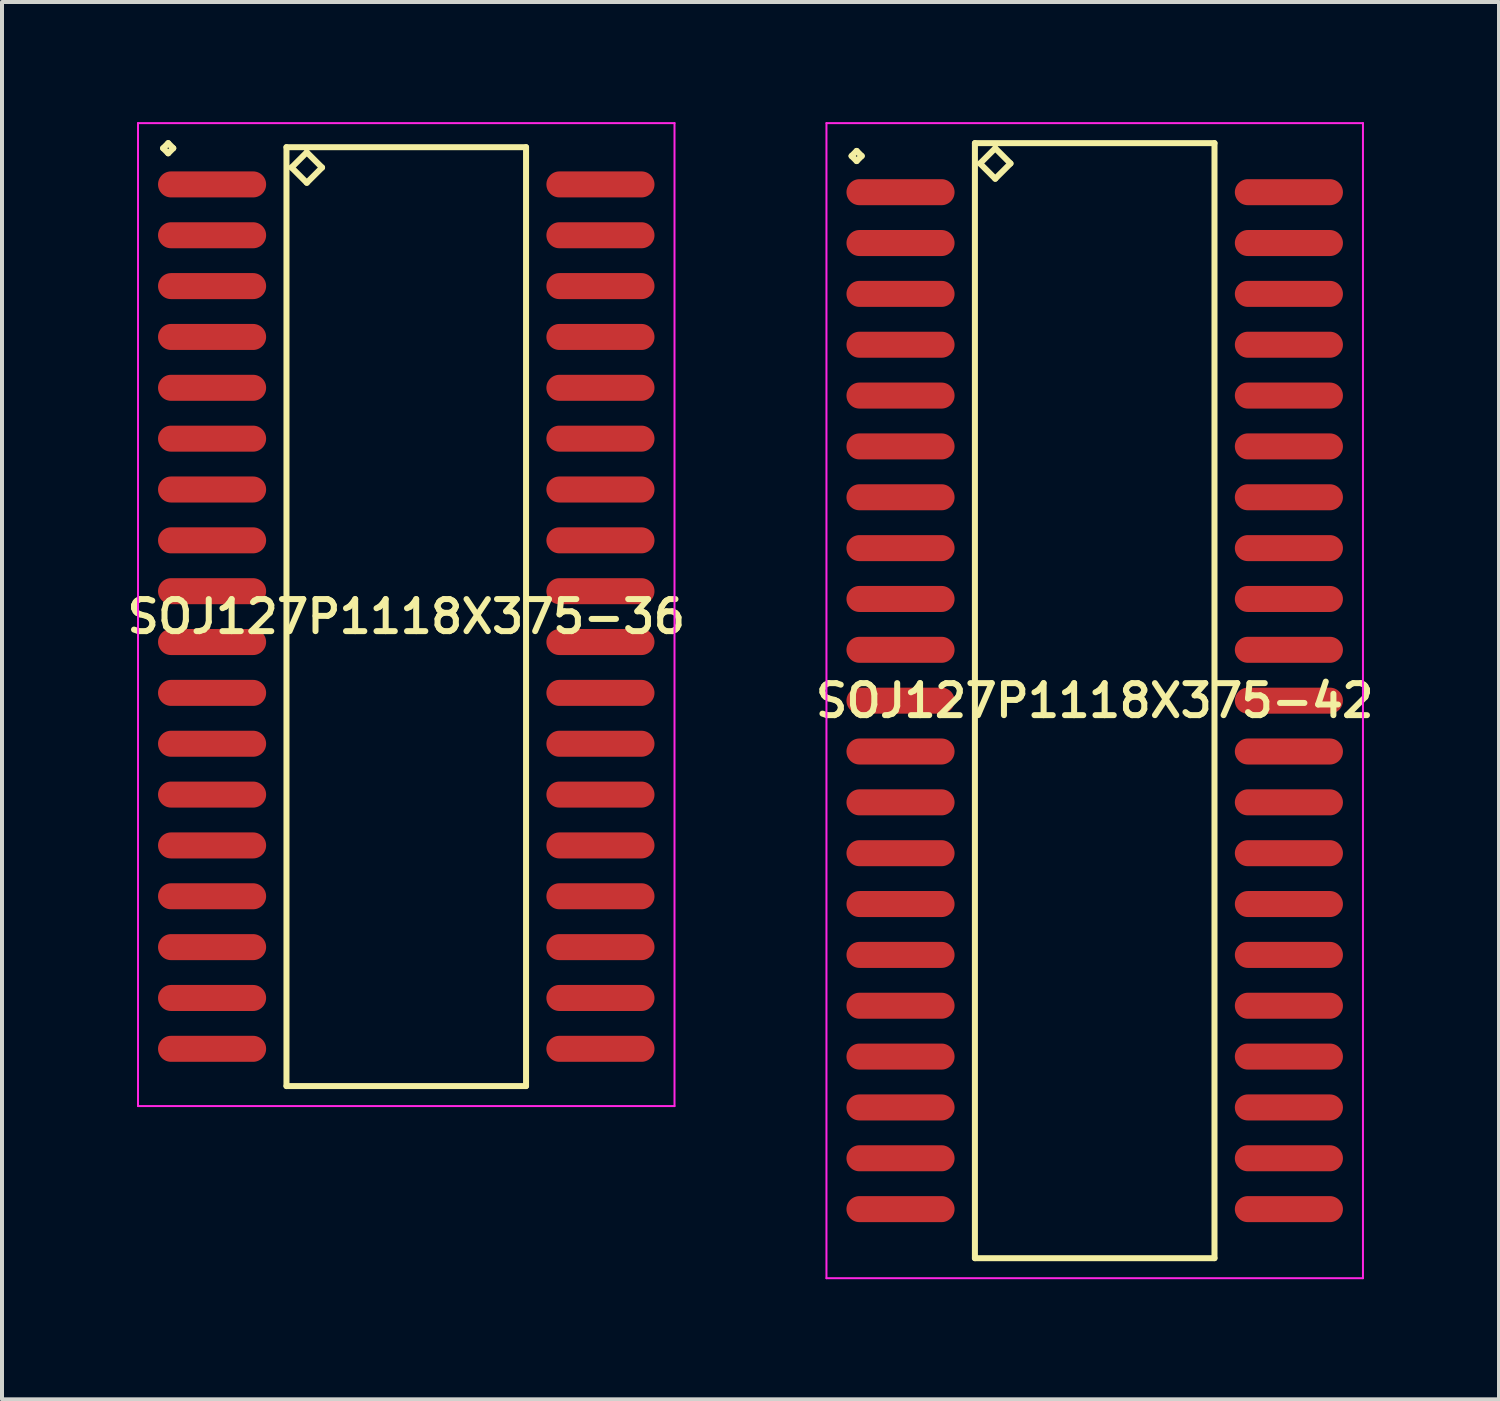
<source format=kicad_pcb>
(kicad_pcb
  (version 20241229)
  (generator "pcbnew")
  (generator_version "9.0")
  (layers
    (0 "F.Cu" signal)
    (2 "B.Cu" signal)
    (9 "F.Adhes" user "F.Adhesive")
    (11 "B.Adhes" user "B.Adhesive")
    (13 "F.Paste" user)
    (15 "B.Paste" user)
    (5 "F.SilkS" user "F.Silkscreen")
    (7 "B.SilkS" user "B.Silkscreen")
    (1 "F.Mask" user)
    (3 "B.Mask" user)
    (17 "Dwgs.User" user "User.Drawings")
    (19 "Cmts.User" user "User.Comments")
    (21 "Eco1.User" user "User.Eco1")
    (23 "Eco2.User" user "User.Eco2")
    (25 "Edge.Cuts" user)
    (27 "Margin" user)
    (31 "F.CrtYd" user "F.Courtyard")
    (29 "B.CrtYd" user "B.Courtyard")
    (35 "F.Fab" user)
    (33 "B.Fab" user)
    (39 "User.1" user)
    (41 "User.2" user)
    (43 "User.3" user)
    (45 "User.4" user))
  (footprint "SOJ127P1118X375-36"
    (layer "F.Cu")
    (at 7.097 12.351)
    (property "Reference" "SOJ127P1118X375-36" (at 0 0 0) (layer "F.SilkS") (effects (font (size 0.8 0.8) (thickness 0.15))))
    (attr smd)
    (fp_line (start -6.073 -11.699) (end -5.946 -11.826) (stroke (width 0.15) (type solid)) (layer "F.SilkS"))
    (fp_line (start -5.946 -11.826) (end -5.819 -11.699) (stroke (width 0.15) (type solid)) (layer "F.SilkS"))
    (fp_line (start -5.946 -11.572) (end -6.073 -11.699) (stroke (width 0.15) (type solid)) (layer "F.SilkS"))
    (fp_line (start -5.819 -11.699) (end -5.946 -11.572) (stroke (width 0.15) (type solid)) (layer "F.SilkS"))
    (fp_line (start -2.992 -11.725) (end -2.992 11.725) (stroke (width 0.15) (type solid)) (layer "F.SilkS"))
    (fp_line (start -2.992 11.725) (end 2.992 11.725) (stroke (width 0.15) (type solid)) (layer "F.SilkS"))
    (fp_line (start -2.865 -11.217) (end -2.484 -11.598) (stroke (width 0.15) (type solid)) (layer "F.SilkS"))
    (fp_line (start -2.484 -11.598) (end -2.103 -11.217) (stroke (width 0.15) (type solid)) (layer "F.SilkS"))
    (fp_line (start -2.484 -10.836) (end -2.865 -11.217) (stroke (width 0.15) (type solid)) (layer "F.SilkS"))
    (fp_line (start -2.103 -11.217) (end -2.484 -10.836) (stroke (width 0.15) (type solid)) (layer "F.SilkS"))
    (fp_line (start 2.992 -11.725) (end -2.992 -11.725) (stroke (width 0.15) (type solid)) (layer "F.SilkS"))
    (fp_line (start 2.992 11.725) (end 2.992 -11.725) (stroke (width 0.15) (type solid)) (layer "F.SilkS"))
    (fp_line (start -6.7 -12.326) (end 6.7 -12.326) (stroke (width 0.05) (type solid)) (layer "F.CrtYd"))
    (fp_line (start -6.7 12.225) (end -6.7 -12.326) (stroke (width 0.05) (type solid)) (layer "F.CrtYd"))
    (fp_line (start 6.7 -12.326) (end 6.7 12.225) (stroke (width 0.05) (type solid)) (layer "F.CrtYd"))
    (fp_line (start 6.7 12.225) (end -6.7 12.225) (stroke (width 0.05) (type solid)) (layer "F.CrtYd"))
    (pad "1" smd oval (at -4.85 -10.795) (size 2.7 0.65) (layers "F.Cu" "F.Mask" "F.Paste"))
    (pad "2" smd oval (at -4.85 -9.525) (size 2.7 0.65) (layers "F.Cu" "F.Mask" "F.Paste"))
    (pad "3" smd oval (at -4.85 -8.255) (size 2.7 0.65) (layers "F.Cu" "F.Mask" "F.Paste"))
    (pad "4" smd oval (at -4.85 -6.985) (size 2.7 0.65) (layers "F.Cu" "F.Mask" "F.Paste"))
    (pad "5" smd oval (at -4.85 -5.715) (size 2.7 0.65) (layers "F.Cu" "F.Mask" "F.Paste"))
    (pad "6" smd oval (at -4.85 -4.445) (size 2.7 0.65) (layers "F.Cu" "F.Mask" "F.Paste"))
    (pad "7" smd oval (at -4.85 -3.175) (size 2.7 0.65) (layers "F.Cu" "F.Mask" "F.Paste"))
    (pad "8" smd oval (at -4.85 -1.905) (size 2.7 0.65) (layers "F.Cu" "F.Mask" "F.Paste"))
    (pad "9" smd oval (at -4.85 -0.635) (size 2.7 0.65) (layers "F.Cu" "F.Mask" "F.Paste"))
    (pad "10" smd oval (at -4.85 0.635) (size 2.7 0.65) (layers "F.Cu" "F.Mask" "F.Paste"))
    (pad "11" smd oval (at -4.85 1.905) (size 2.7 0.65) (layers "F.Cu" "F.Mask" "F.Paste"))
    (pad "12" smd oval (at -4.85 3.175) (size 2.7 0.65) (layers "F.Cu" "F.Mask" "F.Paste"))
    (pad "13" smd oval (at -4.85 4.445) (size 2.7 0.65) (layers "F.Cu" "F.Mask" "F.Paste"))
    (pad "14" smd oval (at -4.85 5.715) (size 2.7 0.65) (layers "F.Cu" "F.Mask" "F.Paste"))
    (pad "15" smd oval (at -4.85 6.985) (size 2.7 0.65) (layers "F.Cu" "F.Mask" "F.Paste"))
    (pad "16" smd oval (at -4.85 8.255) (size 2.7 0.65) (layers "F.Cu" "F.Mask" "F.Paste"))
    (pad "17" smd oval (at -4.85 9.525) (size 2.7 0.65) (layers "F.Cu" "F.Mask" "F.Paste"))
    (pad "18" smd oval (at -4.85 10.795) (size 2.7 0.65) (layers "F.Cu" "F.Mask" "F.Paste"))
    (pad "19" smd oval (at 4.85 10.795) (size 2.7 0.65) (layers "F.Cu" "F.Mask" "F.Paste"))
    (pad "20" smd oval (at 4.85 9.525) (size 2.7 0.65) (layers "F.Cu" "F.Mask" "F.Paste"))
    (pad "21" smd oval (at 4.85 8.255) (size 2.7 0.65) (layers "F.Cu" "F.Mask" "F.Paste"))
    (pad "22" smd oval (at 4.85 6.985) (size 2.7 0.65) (layers "F.Cu" "F.Mask" "F.Paste"))
    (pad "23" smd oval (at 4.85 5.715) (size 2.7 0.65) (layers "F.Cu" "F.Mask" "F.Paste"))
    (pad "24" smd oval (at 4.85 4.445) (size 2.7 0.65) (layers "F.Cu" "F.Mask" "F.Paste"))
    (pad "25" smd oval (at 4.85 3.175) (size 2.7 0.65) (layers "F.Cu" "F.Mask" "F.Paste"))
    (pad "26" smd oval (at 4.85 1.905) (size 2.7 0.65) (layers "F.Cu" "F.Mask" "F.Paste"))
    (pad "27" smd oval (at 4.85 0.635) (size 2.7 0.65) (layers "F.Cu" "F.Mask" "F.Paste"))
    (pad "28" smd oval (at 4.85 -0.635) (size 2.7 0.65) (layers "F.Cu" "F.Mask" "F.Paste"))
    (pad "29" smd oval (at 4.85 -1.905) (size 2.7 0.65) (layers "F.Cu" "F.Mask" "F.Paste"))
    (pad "30" smd oval (at 4.85 -3.175) (size 2.7 0.65) (layers "F.Cu" "F.Mask" "F.Paste"))
    (pad "31" smd oval (at 4.85 -4.445) (size 2.7 0.65) (layers "F.Cu" "F.Mask" "F.Paste"))
    (pad "32" smd oval (at 4.85 -5.715) (size 2.7 0.65) (layers "F.Cu" "F.Mask" "F.Paste"))
    (pad "33" smd oval (at 4.85 -6.985) (size 2.7 0.65) (layers "F.Cu" "F.Mask" "F.Paste"))
    (pad "34" smd oval (at 4.85 -8.255) (size 2.7 0.65) (layers "F.Cu" "F.Mask" "F.Paste"))
    (pad "35" smd oval (at 4.85 -9.525) (size 2.7 0.65) (layers "F.Cu" "F.Mask" "F.Paste"))
    (pad "36" smd oval (at 4.85 -10.795) (size 2.7 0.65) (layers "F.Cu" "F.Mask" "F.Paste")))
  (footprint "SOJ127P1118X375-42"
    (layer "F.Cu")
    (at 24.292 14.45)
    (property "Reference" "SOJ127P1118X375-42" (at 0 0 0) (layer "F.SilkS") (effects (font (size 0.8 0.8) (thickness 0.15))))
    (attr smd)
    (fp_line (start -6.073 -13.604) (end -5.946 -13.731) (stroke (width 0.15) (type solid)) (layer "F.SilkS"))
    (fp_line (start -5.946 -13.731) (end -5.819 -13.604) (stroke (width 0.15) (type solid)) (layer "F.SilkS"))
    (fp_line (start -5.946 -13.477) (end -6.073 -13.604) (stroke (width 0.15) (type solid)) (layer "F.SilkS"))
    (fp_line (start -5.819 -13.604) (end -5.946 -13.477) (stroke (width 0.15) (type solid)) (layer "F.SilkS"))
    (fp_line (start -2.992 -13.925) (end -2.992 13.925) (stroke (width 0.15) (type solid)) (layer "F.SilkS"))
    (fp_line (start -2.992 13.925) (end 2.992 13.925) (stroke (width 0.15) (type solid)) (layer "F.SilkS"))
    (fp_line (start -2.865 -13.417) (end -2.484 -13.798) (stroke (width 0.15) (type solid)) (layer "F.SilkS"))
    (fp_line (start -2.484 -13.798) (end -2.103 -13.417) (stroke (width 0.15) (type solid)) (layer "F.SilkS"))
    (fp_line (start -2.484 -13.036) (end -2.865 -13.417) (stroke (width 0.15) (type solid)) (layer "F.SilkS"))
    (fp_line (start -2.103 -13.417) (end -2.484 -13.036) (stroke (width 0.15) (type solid)) (layer "F.SilkS"))
    (fp_line (start 2.992 -13.925) (end -2.992 -13.925) (stroke (width 0.15) (type solid)) (layer "F.SilkS"))
    (fp_line (start 2.992 13.925) (end 2.992 -13.925) (stroke (width 0.15) (type solid)) (layer "F.SilkS"))
    (fp_line (start -6.7 -14.425) (end 6.7 -14.425) (stroke (width 0.05) (type solid)) (layer "F.CrtYd"))
    (fp_line (start -6.7 14.425) (end -6.7 -14.425) (stroke (width 0.05) (type solid)) (layer "F.CrtYd"))
    (fp_line (start 6.7 -14.425) (end 6.7 14.425) (stroke (width 0.05) (type solid)) (layer "F.CrtYd"))
    (fp_line (start 6.7 14.425) (end -6.7 14.425) (stroke (width 0.05) (type solid)) (layer "F.CrtYd"))
    (pad "1" smd oval (at -4.85 -12.7) (size 2.7 0.65) (layers "F.Cu" "F.Mask" "F.Paste"))
    (pad "2" smd oval (at -4.85 -11.43) (size 2.7 0.65) (layers "F.Cu" "F.Mask" "F.Paste"))
    (pad "3" smd oval (at -4.85 -10.16) (size 2.7 0.65) (layers "F.Cu" "F.Mask" "F.Paste"))
    (pad "4" smd oval (at -4.85 -8.89) (size 2.7 0.65) (layers "F.Cu" "F.Mask" "F.Paste"))
    (pad "5" smd oval (at -4.85 -7.62) (size 2.7 0.65) (layers "F.Cu" "F.Mask" "F.Paste"))
    (pad "6" smd oval (at -4.85 -6.35) (size 2.7 0.65) (layers "F.Cu" "F.Mask" "F.Paste"))
    (pad "7" smd oval (at -4.85 -5.08) (size 2.7 0.65) (layers "F.Cu" "F.Mask" "F.Paste"))
    (pad "8" smd oval (at -4.85 -3.81) (size 2.7 0.65) (layers "F.Cu" "F.Mask" "F.Paste"))
    (pad "9" smd oval (at -4.85 -2.54) (size 2.7 0.65) (layers "F.Cu" "F.Mask" "F.Paste"))
    (pad "10" smd oval (at -4.85 -1.27) (size 2.7 0.65) (layers "F.Cu" "F.Mask" "F.Paste"))
    (pad "11" smd oval (at -4.85 0) (size 2.7 0.65) (layers "F.Cu" "F.Mask" "F.Paste"))
    (pad "12" smd oval (at -4.85 1.27) (size 2.7 0.65) (layers "F.Cu" "F.Mask" "F.Paste"))
    (pad "13" smd oval (at -4.85 2.54) (size 2.7 0.65) (layers "F.Cu" "F.Mask" "F.Paste"))
    (pad "14" smd oval (at -4.85 3.81) (size 2.7 0.65) (layers "F.Cu" "F.Mask" "F.Paste"))
    (pad "15" smd oval (at -4.85 5.08) (size 2.7 0.65) (layers "F.Cu" "F.Mask" "F.Paste"))
    (pad "16" smd oval (at -4.85 6.35) (size 2.7 0.65) (layers "F.Cu" "F.Mask" "F.Paste"))
    (pad "17" smd oval (at -4.85 7.62) (size 2.7 0.65) (layers "F.Cu" "F.Mask" "F.Paste"))
    (pad "18" smd oval (at -4.85 8.89) (size 2.7 0.65) (layers "F.Cu" "F.Mask" "F.Paste"))
    (pad "19" smd oval (at -4.85 10.16) (size 2.7 0.65) (layers "F.Cu" "F.Mask" "F.Paste"))
    (pad "20" smd oval (at -4.85 11.43) (size 2.7 0.65) (layers "F.Cu" "F.Mask" "F.Paste"))
    (pad "21" smd oval (at -4.85 12.7) (size 2.7 0.65) (layers "F.Cu" "F.Mask" "F.Paste"))
    (pad "22" smd oval (at 4.85 12.7) (size 2.7 0.65) (layers "F.Cu" "F.Mask" "F.Paste"))
    (pad "23" smd oval (at 4.85 11.43) (size 2.7 0.65) (layers "F.Cu" "F.Mask" "F.Paste"))
    (pad "24" smd oval (at 4.85 10.16) (size 2.7 0.65) (layers "F.Cu" "F.Mask" "F.Paste"))
    (pad "25" smd oval (at 4.85 8.89) (size 2.7 0.65) (layers "F.Cu" "F.Mask" "F.Paste"))
    (pad "26" smd oval (at 4.85 7.62) (size 2.7 0.65) (layers "F.Cu" "F.Mask" "F.Paste"))
    (pad "27" smd oval (at 4.85 6.35) (size 2.7 0.65) (layers "F.Cu" "F.Mask" "F.Paste"))
    (pad "28" smd oval (at 4.85 5.08) (size 2.7 0.65) (layers "F.Cu" "F.Mask" "F.Paste"))
    (pad "29" smd oval (at 4.85 3.81) (size 2.7 0.65) (layers "F.Cu" "F.Mask" "F.Paste"))
    (pad "30" smd oval (at 4.85 2.54) (size 2.7 0.65) (layers "F.Cu" "F.Mask" "F.Paste"))
    (pad "31" smd oval (at 4.85 1.27) (size 2.7 0.65) (layers "F.Cu" "F.Mask" "F.Paste"))
    (pad "32" smd oval (at 4.85 0) (size 2.7 0.65) (layers "F.Cu" "F.Mask" "F.Paste"))
    (pad "33" smd oval (at 4.85 -1.27) (size 2.7 0.65) (layers "F.Cu" "F.Mask" "F.Paste"))
    (pad "34" smd oval (at 4.85 -2.54) (size 2.7 0.65) (layers "F.Cu" "F.Mask" "F.Paste"))
    (pad "35" smd oval (at 4.85 -3.81) (size 2.7 0.65) (layers "F.Cu" "F.Mask" "F.Paste"))
    (pad "36" smd oval (at 4.85 -5.08) (size 2.7 0.65) (layers "F.Cu" "F.Mask" "F.Paste"))
    (pad "37" smd oval (at 4.85 -6.35) (size 2.7 0.65) (layers "F.Cu" "F.Mask" "F.Paste"))
    (pad "38" smd oval (at 4.85 -7.62) (size 2.7 0.65) (layers "F.Cu" "F.Mask" "F.Paste"))
    (pad "39" smd oval (at 4.85 -8.89) (size 2.7 0.65) (layers "F.Cu" "F.Mask" "F.Paste"))
    (pad "40" smd oval (at 4.85 -10.16) (size 2.7 0.65) (layers "F.Cu" "F.Mask" "F.Paste"))
    (pad "41" smd oval (at 4.85 -11.43) (size 2.7 0.65) (layers "F.Cu" "F.Mask" "F.Paste"))
    (pad "42" smd oval (at 4.85 -12.7) (size 2.7 0.65) (layers "F.Cu" "F.Mask" "F.Paste")))
  (gr_rect
    (start -3 -3)
    (end 34.39 31.9)
    (stroke (width 0.1) (type default))
    (fill no)
    (layer "Edge.Cuts")))
</source>
